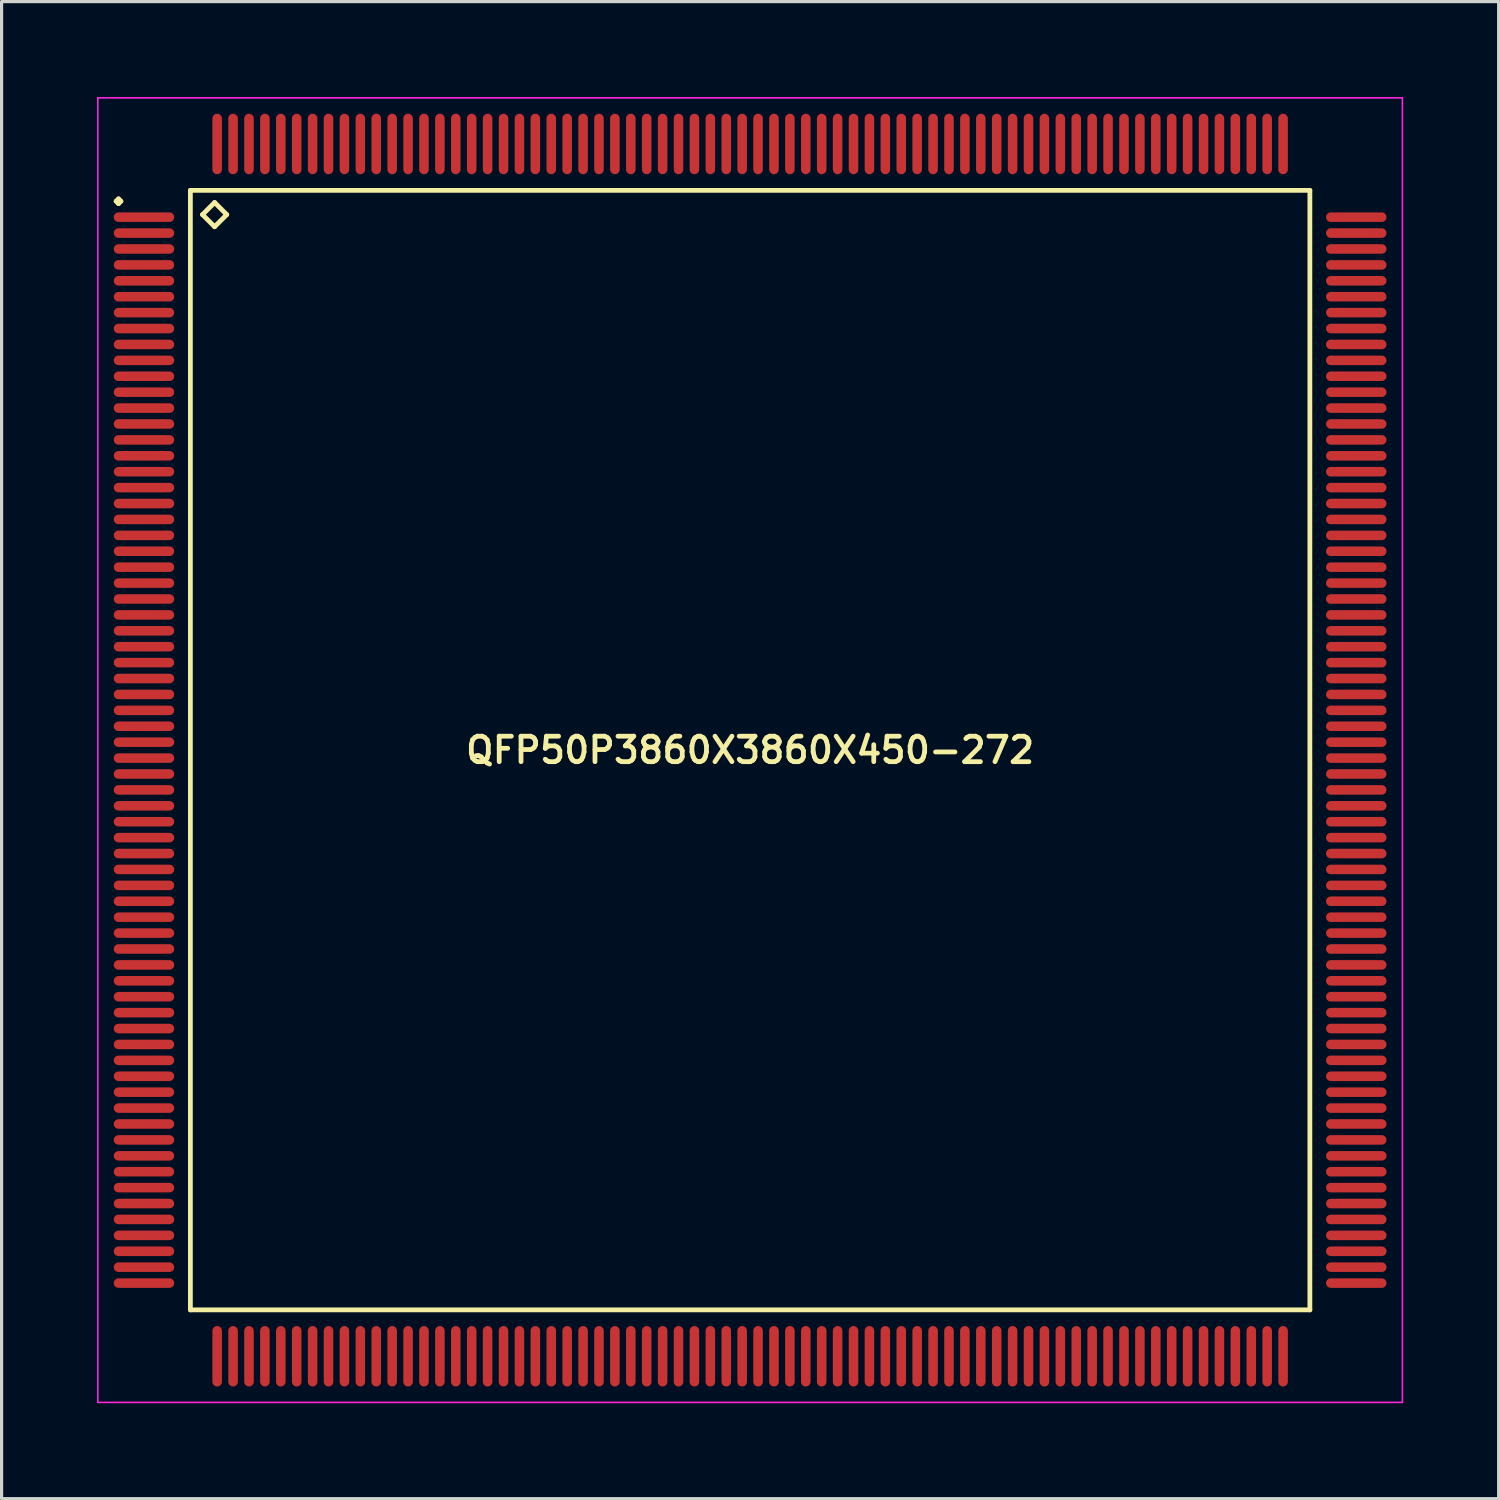
<source format=kicad_pcb>
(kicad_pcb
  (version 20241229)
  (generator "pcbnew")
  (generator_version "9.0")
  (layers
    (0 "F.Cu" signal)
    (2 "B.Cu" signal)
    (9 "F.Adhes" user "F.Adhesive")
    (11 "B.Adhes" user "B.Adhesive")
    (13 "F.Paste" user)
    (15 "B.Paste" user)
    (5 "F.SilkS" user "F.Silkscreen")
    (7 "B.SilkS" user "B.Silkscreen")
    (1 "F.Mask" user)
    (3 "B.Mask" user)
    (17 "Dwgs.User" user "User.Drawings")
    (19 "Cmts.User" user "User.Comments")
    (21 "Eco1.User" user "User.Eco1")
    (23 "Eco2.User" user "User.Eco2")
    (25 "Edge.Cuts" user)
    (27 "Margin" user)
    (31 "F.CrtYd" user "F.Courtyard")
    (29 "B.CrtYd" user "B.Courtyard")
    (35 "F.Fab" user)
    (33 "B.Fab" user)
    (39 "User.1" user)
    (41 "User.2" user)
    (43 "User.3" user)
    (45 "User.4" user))
  (footprint "QFP50P3860X3860X450-272"
    (layer "F.Cu")
    (at 20.525 20.525)
    (property "Reference" "QFP50P3860X3860X450-272" (at 0 0 0) (layer "F.SilkS") (effects (font (size 0.8 0.8) (thickness 0.15))))
    (attr smd)
    (fp_line (start -19.925 -17.25) (end -19.85 -17.325) (stroke (width 0.15) (type solid)) (layer "F.SilkS"))
    (fp_line (start -19.85 -17.325) (end -19.775 -17.25) (stroke (width 0.15) (type solid)) (layer "F.SilkS"))
    (fp_line (start -19.85 -17.175) (end -19.925 -17.25) (stroke (width 0.15) (type solid)) (layer "F.SilkS"))
    (fp_line (start -19.775 -17.25) (end -19.85 -17.175) (stroke (width 0.15) (type solid)) (layer "F.SilkS"))
    (fp_line (start -17.592 -17.592) (end -17.592 17.592) (stroke (width 0.15) (type solid)) (layer "F.SilkS"))
    (fp_line (start -17.592 17.592) (end 17.592 17.592) (stroke (width 0.15) (type solid)) (layer "F.SilkS"))
    (fp_line (start -17.211 -16.83) (end -16.83 -17.211) (stroke (width 0.15) (type solid)) (layer "F.SilkS"))
    (fp_line (start -16.83 -17.211) (end -16.449 -16.83) (stroke (width 0.15) (type solid)) (layer "F.SilkS"))
    (fp_line (start -16.83 -16.449) (end -17.211 -16.83) (stroke (width 0.15) (type solid)) (layer "F.SilkS"))
    (fp_line (start -16.449 -16.83) (end -16.83 -16.449) (stroke (width 0.15) (type solid)) (layer "F.SilkS"))
    (fp_line (start 17.592 -17.592) (end -17.592 -17.592) (stroke (width 0.15) (type solid)) (layer "F.SilkS"))
    (fp_line (start 17.592 17.592) (end 17.592 -17.592) (stroke (width 0.15) (type solid)) (layer "F.SilkS"))
    (fp_line (start -20.5 -20.5) (end 20.5 -20.5) (stroke (width 0.05) (type solid)) (layer "F.CrtYd"))
    (fp_line (start -20.5 20.5) (end -20.5 -20.5) (stroke (width 0.05) (type solid)) (layer "F.CrtYd"))
    (fp_line (start 20.5 -20.5) (end 20.5 20.5) (stroke (width 0.05) (type solid)) (layer "F.CrtYd"))
    (fp_line (start 20.5 20.5) (end -20.5 20.5) (stroke (width 0.05) (type solid)) (layer "F.CrtYd"))
    (pad "1" smd oval (at -19.05 -16.75) (size 1.9 0.3) (layers "F.Cu" "F.Mask" "F.Paste"))
    (pad "2" smd oval (at -19.05 -16.25) (size 1.9 0.3) (layers "F.Cu" "F.Mask" "F.Paste"))
    (pad "3" smd oval (at -19.05 -15.75) (size 1.9 0.3) (layers "F.Cu" "F.Mask" "F.Paste"))
    (pad "4" smd oval (at -19.05 -15.25) (size 1.9 0.3) (layers "F.Cu" "F.Mask" "F.Paste"))
    (pad "5" smd oval (at -19.05 -14.75) (size 1.9 0.3) (layers "F.Cu" "F.Mask" "F.Paste"))
    (pad "6" smd oval (at -19.05 -14.25) (size 1.9 0.3) (layers "F.Cu" "F.Mask" "F.Paste"))
    (pad "7" smd oval (at -19.05 -13.75) (size 1.9 0.3) (layers "F.Cu" "F.Mask" "F.Paste"))
    (pad "8" smd oval (at -19.05 -13.25) (size 1.9 0.3) (layers "F.Cu" "F.Mask" "F.Paste"))
    (pad "9" smd oval (at -19.05 -12.75) (size 1.9 0.3) (layers "F.Cu" "F.Mask" "F.Paste"))
    (pad "10" smd oval (at -19.05 -12.25) (size 1.9 0.3) (layers "F.Cu" "F.Mask" "F.Paste"))
    (pad "11" smd oval (at -19.05 -11.75) (size 1.9 0.3) (layers "F.Cu" "F.Mask" "F.Paste"))
    (pad "12" smd oval (at -19.05 -11.25) (size 1.9 0.3) (layers "F.Cu" "F.Mask" "F.Paste"))
    (pad "13" smd oval (at -19.05 -10.75) (size 1.9 0.3) (layers "F.Cu" "F.Mask" "F.Paste"))
    (pad "14" smd oval (at -19.05 -10.25) (size 1.9 0.3) (layers "F.Cu" "F.Mask" "F.Paste"))
    (pad "15" smd oval (at -19.05 -9.75) (size 1.9 0.3) (layers "F.Cu" "F.Mask" "F.Paste"))
    (pad "16" smd oval (at -19.05 -9.25) (size 1.9 0.3) (layers "F.Cu" "F.Mask" "F.Paste"))
    (pad "17" smd oval (at -19.05 -8.75) (size 1.9 0.3) (layers "F.Cu" "F.Mask" "F.Paste"))
    (pad "18" smd oval (at -19.05 -8.25) (size 1.9 0.3) (layers "F.Cu" "F.Mask" "F.Paste"))
    (pad "19" smd oval (at -19.05 -7.75) (size 1.9 0.3) (layers "F.Cu" "F.Mask" "F.Paste"))
    (pad "20" smd oval (at -19.05 -7.25) (size 1.9 0.3) (layers "F.Cu" "F.Mask" "F.Paste"))
    (pad "21" smd oval (at -19.05 -6.75) (size 1.9 0.3) (layers "F.Cu" "F.Mask" "F.Paste"))
    (pad "22" smd oval (at -19.05 -6.25) (size 1.9 0.3) (layers "F.Cu" "F.Mask" "F.Paste"))
    (pad "23" smd oval (at -19.05 -5.75) (size 1.9 0.3) (layers "F.Cu" "F.Mask" "F.Paste"))
    (pad "24" smd oval (at -19.05 -5.25) (size 1.9 0.3) (layers "F.Cu" "F.Mask" "F.Paste"))
    (pad "25" smd oval (at -19.05 -4.75) (size 1.9 0.3) (layers "F.Cu" "F.Mask" "F.Paste"))
    (pad "26" smd oval (at -19.05 -4.25) (size 1.9 0.3) (layers "F.Cu" "F.Mask" "F.Paste"))
    (pad "27" smd oval (at -19.05 -3.75) (size 1.9 0.3) (layers "F.Cu" "F.Mask" "F.Paste"))
    (pad "28" smd oval (at -19.05 -3.25) (size 1.9 0.3) (layers "F.Cu" "F.Mask" "F.Paste"))
    (pad "29" smd oval (at -19.05 -2.75) (size 1.9 0.3) (layers "F.Cu" "F.Mask" "F.Paste"))
    (pad "30" smd oval (at -19.05 -2.25) (size 1.9 0.3) (layers "F.Cu" "F.Mask" "F.Paste"))
    (pad "31" smd oval (at -19.05 -1.75) (size 1.9 0.3) (layers "F.Cu" "F.Mask" "F.Paste"))
    (pad "32" smd oval (at -19.05 -1.25) (size 1.9 0.3) (layers "F.Cu" "F.Mask" "F.Paste"))
    (pad "33" smd oval (at -19.05 -0.75) (size 1.9 0.3) (layers "F.Cu" "F.Mask" "F.Paste"))
    (pad "34" smd oval (at -19.05 -0.25) (size 1.9 0.3) (layers "F.Cu" "F.Mask" "F.Paste"))
    (pad "35" smd oval (at -19.05 0.25) (size 1.9 0.3) (layers "F.Cu" "F.Mask" "F.Paste"))
    (pad "36" smd oval (at -19.05 0.75) (size 1.9 0.3) (layers "F.Cu" "F.Mask" "F.Paste"))
    (pad "37" smd oval (at -19.05 1.25) (size 1.9 0.3) (layers "F.Cu" "F.Mask" "F.Paste"))
    (pad "38" smd oval (at -19.05 1.75) (size 1.9 0.3) (layers "F.Cu" "F.Mask" "F.Paste"))
    (pad "39" smd oval (at -19.05 2.25) (size 1.9 0.3) (layers "F.Cu" "F.Mask" "F.Paste"))
    (pad "40" smd oval (at -19.05 2.75) (size 1.9 0.3) (layers "F.Cu" "F.Mask" "F.Paste"))
    (pad "41" smd oval (at -19.05 3.25) (size 1.9 0.3) (layers "F.Cu" "F.Mask" "F.Paste"))
    (pad "42" smd oval (at -19.05 3.75) (size 1.9 0.3) (layers "F.Cu" "F.Mask" "F.Paste"))
    (pad "43" smd oval (at -19.05 4.25) (size 1.9 0.3) (layers "F.Cu" "F.Mask" "F.Paste"))
    (pad "44" smd oval (at -19.05 4.75) (size 1.9 0.3) (layers "F.Cu" "F.Mask" "F.Paste"))
    (pad "45" smd oval (at -19.05 5.25) (size 1.9 0.3) (layers "F.Cu" "F.Mask" "F.Paste"))
    (pad "46" smd oval (at -19.05 5.75) (size 1.9 0.3) (layers "F.Cu" "F.Mask" "F.Paste"))
    (pad "47" smd oval (at -19.05 6.25) (size 1.9 0.3) (layers "F.Cu" "F.Mask" "F.Paste"))
    (pad "48" smd oval (at -19.05 6.75) (size 1.9 0.3) (layers "F.Cu" "F.Mask" "F.Paste"))
    (pad "49" smd oval (at -19.05 7.25) (size 1.9 0.3) (layers "F.Cu" "F.Mask" "F.Paste"))
    (pad "50" smd oval (at -19.05 7.75) (size 1.9 0.3) (layers "F.Cu" "F.Mask" "F.Paste"))
    (pad "51" smd oval (at -19.05 8.25) (size 1.9 0.3) (layers "F.Cu" "F.Mask" "F.Paste"))
    (pad "52" smd oval (at -19.05 8.75) (size 1.9 0.3) (layers "F.Cu" "F.Mask" "F.Paste"))
    (pad "53" smd oval (at -19.05 9.25) (size 1.9 0.3) (layers "F.Cu" "F.Mask" "F.Paste"))
    (pad "54" smd oval (at -19.05 9.75) (size 1.9 0.3) (layers "F.Cu" "F.Mask" "F.Paste"))
    (pad "55" smd oval (at -19.05 10.25) (size 1.9 0.3) (layers "F.Cu" "F.Mask" "F.Paste"))
    (pad "56" smd oval (at -19.05 10.75) (size 1.9 0.3) (layers "F.Cu" "F.Mask" "F.Paste"))
    (pad "57" smd oval (at -19.05 11.25) (size 1.9 0.3) (layers "F.Cu" "F.Mask" "F.Paste"))
    (pad "58" smd oval (at -19.05 11.75) (size 1.9 0.3) (layers "F.Cu" "F.Mask" "F.Paste"))
    (pad "59" smd oval (at -19.05 12.25) (size 1.9 0.3) (layers "F.Cu" "F.Mask" "F.Paste"))
    (pad "60" smd oval (at -19.05 12.75) (size 1.9 0.3) (layers "F.Cu" "F.Mask" "F.Paste"))
    (pad "61" smd oval (at -19.05 13.25) (size 1.9 0.3) (layers "F.Cu" "F.Mask" "F.Paste"))
    (pad "62" smd oval (at -19.05 13.75) (size 1.9 0.3) (layers "F.Cu" "F.Mask" "F.Paste"))
    (pad "63" smd oval (at -19.05 14.25) (size 1.9 0.3) (layers "F.Cu" "F.Mask" "F.Paste"))
    (pad "64" smd oval (at -19.05 14.75) (size 1.9 0.3) (layers "F.Cu" "F.Mask" "F.Paste"))
    (pad "65" smd oval (at -19.05 15.25) (size 1.9 0.3) (layers "F.Cu" "F.Mask" "F.Paste"))
    (pad "66" smd oval (at -19.05 15.75) (size 1.9 0.3) (layers "F.Cu" "F.Mask" "F.Paste"))
    (pad "67" smd oval (at -19.05 16.25) (size 1.9 0.3) (layers "F.Cu" "F.Mask" "F.Paste"))
    (pad "68" smd oval (at -19.05 16.75) (size 1.9 0.3) (layers "F.Cu" "F.Mask" "F.Paste"))
    (pad "69" smd oval (at -16.75 19.05) (size 0.3 1.9) (layers "F.Cu" "F.Mask" "F.Paste"))
    (pad "70" smd oval (at -16.25 19.05) (size 0.3 1.9) (layers "F.Cu" "F.Mask" "F.Paste"))
    (pad "71" smd oval (at -15.75 19.05) (size 0.3 1.9) (layers "F.Cu" "F.Mask" "F.Paste"))
    (pad "72" smd oval (at -15.25 19.05) (size 0.3 1.9) (layers "F.Cu" "F.Mask" "F.Paste"))
    (pad "73" smd oval (at -14.75 19.05) (size 0.3 1.9) (layers "F.Cu" "F.Mask" "F.Paste"))
    (pad "74" smd oval (at -14.25 19.05) (size 0.3 1.9) (layers "F.Cu" "F.Mask" "F.Paste"))
    (pad "75" smd oval (at -13.75 19.05) (size 0.3 1.9) (layers "F.Cu" "F.Mask" "F.Paste"))
    (pad "76" smd oval (at -13.25 19.05) (size 0.3 1.9) (layers "F.Cu" "F.Mask" "F.Paste"))
    (pad "77" smd oval (at -12.75 19.05) (size 0.3 1.9) (layers "F.Cu" "F.Mask" "F.Paste"))
    (pad "78" smd oval (at -12.25 19.05) (size 0.3 1.9) (layers "F.Cu" "F.Mask" "F.Paste"))
    (pad "79" smd oval (at -11.75 19.05) (size 0.3 1.9) (layers "F.Cu" "F.Mask" "F.Paste"))
    (pad "80" smd oval (at -11.25 19.05) (size 0.3 1.9) (layers "F.Cu" "F.Mask" "F.Paste"))
    (pad "81" smd oval (at -10.75 19.05) (size 0.3 1.9) (layers "F.Cu" "F.Mask" "F.Paste"))
    (pad "82" smd oval (at -10.25 19.05) (size 0.3 1.9) (layers "F.Cu" "F.Mask" "F.Paste"))
    (pad "83" smd oval (at -9.75 19.05) (size 0.3 1.9) (layers "F.Cu" "F.Mask" "F.Paste"))
    (pad "84" smd oval (at -9.25 19.05) (size 0.3 1.9) (layers "F.Cu" "F.Mask" "F.Paste"))
    (pad "85" smd oval (at -8.75 19.05) (size 0.3 1.9) (layers "F.Cu" "F.Mask" "F.Paste"))
    (pad "86" smd oval (at -8.25 19.05) (size 0.3 1.9) (layers "F.Cu" "F.Mask" "F.Paste"))
    (pad "87" smd oval (at -7.75 19.05) (size 0.3 1.9) (layers "F.Cu" "F.Mask" "F.Paste"))
    (pad "88" smd oval (at -7.25 19.05) (size 0.3 1.9) (layers "F.Cu" "F.Mask" "F.Paste"))
    (pad "89" smd oval (at -6.75 19.05) (size 0.3 1.9) (layers "F.Cu" "F.Mask" "F.Paste"))
    (pad "90" smd oval (at -6.25 19.05) (size 0.3 1.9) (layers "F.Cu" "F.Mask" "F.Paste"))
    (pad "91" smd oval (at -5.75 19.05) (size 0.3 1.9) (layers "F.Cu" "F.Mask" "F.Paste"))
    (pad "92" smd oval (at -5.25 19.05) (size 0.3 1.9) (layers "F.Cu" "F.Mask" "F.Paste"))
    (pad "93" smd oval (at -4.75 19.05) (size 0.3 1.9) (layers "F.Cu" "F.Mask" "F.Paste"))
    (pad "94" smd oval (at -4.25 19.05) (size 0.3 1.9) (layers "F.Cu" "F.Mask" "F.Paste"))
    (pad "95" smd oval (at -3.75 19.05) (size 0.3 1.9) (layers "F.Cu" "F.Mask" "F.Paste"))
    (pad "96" smd oval (at -3.25 19.05) (size 0.3 1.9) (layers "F.Cu" "F.Mask" "F.Paste"))
    (pad "97" smd oval (at -2.75 19.05) (size 0.3 1.9) (layers "F.Cu" "F.Mask" "F.Paste"))
    (pad "98" smd oval (at -2.25 19.05) (size 0.3 1.9) (layers "F.Cu" "F.Mask" "F.Paste"))
    (pad "99" smd oval (at -1.75 19.05) (size 0.3 1.9) (layers "F.Cu" "F.Mask" "F.Paste"))
    (pad "100" smd oval (at -1.25 19.05) (size 0.3 1.9) (layers "F.Cu" "F.Mask" "F.Paste"))
    (pad "101" smd oval (at -0.75 19.05) (size 0.3 1.9) (layers "F.Cu" "F.Mask" "F.Paste"))
    (pad "102" smd oval (at -0.25 19.05) (size 0.3 1.9) (layers "F.Cu" "F.Mask" "F.Paste"))
    (pad "103" smd oval (at 0.25 19.05) (size 0.3 1.9) (layers "F.Cu" "F.Mask" "F.Paste"))
    (pad "104" smd oval (at 0.75 19.05) (size 0.3 1.9) (layers "F.Cu" "F.Mask" "F.Paste"))
    (pad "105" smd oval (at 1.25 19.05) (size 0.3 1.9) (layers "F.Cu" "F.Mask" "F.Paste"))
    (pad "106" smd oval (at 1.75 19.05) (size 0.3 1.9) (layers "F.Cu" "F.Mask" "F.Paste"))
    (pad "107" smd oval (at 2.25 19.05) (size 0.3 1.9) (layers "F.Cu" "F.Mask" "F.Paste"))
    (pad "108" smd oval (at 2.75 19.05) (size 0.3 1.9) (layers "F.Cu" "F.Mask" "F.Paste"))
    (pad "109" smd oval (at 3.25 19.05) (size 0.3 1.9) (layers "F.Cu" "F.Mask" "F.Paste"))
    (pad "110" smd oval (at 3.75 19.05) (size 0.3 1.9) (layers "F.Cu" "F.Mask" "F.Paste"))
    (pad "111" smd oval (at 4.25 19.05) (size 0.3 1.9) (layers "F.Cu" "F.Mask" "F.Paste"))
    (pad "112" smd oval (at 4.75 19.05) (size 0.3 1.9) (layers "F.Cu" "F.Mask" "F.Paste"))
    (pad "113" smd oval (at 5.25 19.05) (size 0.3 1.9) (layers "F.Cu" "F.Mask" "F.Paste"))
    (pad "114" smd oval (at 5.75 19.05) (size 0.3 1.9) (layers "F.Cu" "F.Mask" "F.Paste"))
    (pad "115" smd oval (at 6.25 19.05) (size 0.3 1.9) (layers "F.Cu" "F.Mask" "F.Paste"))
    (pad "116" smd oval (at 6.75 19.05) (size 0.3 1.9) (layers "F.Cu" "F.Mask" "F.Paste"))
    (pad "117" smd oval (at 7.25 19.05) (size 0.3 1.9) (layers "F.Cu" "F.Mask" "F.Paste"))
    (pad "118" smd oval (at 7.75 19.05) (size 0.3 1.9) (layers "F.Cu" "F.Mask" "F.Paste"))
    (pad "119" smd oval (at 8.25 19.05) (size 0.3 1.9) (layers "F.Cu" "F.Mask" "F.Paste"))
    (pad "120" smd oval (at 8.75 19.05) (size 0.3 1.9) (layers "F.Cu" "F.Mask" "F.Paste"))
    (pad "121" smd oval (at 9.25 19.05) (size 0.3 1.9) (layers "F.Cu" "F.Mask" "F.Paste"))
    (pad "122" smd oval (at 9.75 19.05) (size 0.3 1.9) (layers "F.Cu" "F.Mask" "F.Paste"))
    (pad "123" smd oval (at 10.25 19.05) (size 0.3 1.9) (layers "F.Cu" "F.Mask" "F.Paste"))
    (pad "124" smd oval (at 10.75 19.05) (size 0.3 1.9) (layers "F.Cu" "F.Mask" "F.Paste"))
    (pad "125" smd oval (at 11.25 19.05) (size 0.3 1.9) (layers "F.Cu" "F.Mask" "F.Paste"))
    (pad "126" smd oval (at 11.75 19.05) (size 0.3 1.9) (layers "F.Cu" "F.Mask" "F.Paste"))
    (pad "127" smd oval (at 12.25 19.05) (size 0.3 1.9) (layers "F.Cu" "F.Mask" "F.Paste"))
    (pad "128" smd oval (at 12.75 19.05) (size 0.3 1.9) (layers "F.Cu" "F.Mask" "F.Paste"))
    (pad "129" smd oval (at 13.25 19.05) (size 0.3 1.9) (layers "F.Cu" "F.Mask" "F.Paste"))
    (pad "130" smd oval (at 13.75 19.05) (size 0.3 1.9) (layers "F.Cu" "F.Mask" "F.Paste"))
    (pad "131" smd oval (at 14.25 19.05) (size 0.3 1.9) (layers "F.Cu" "F.Mask" "F.Paste"))
    (pad "132" smd oval (at 14.75 19.05) (size 0.3 1.9) (layers "F.Cu" "F.Mask" "F.Paste"))
    (pad "133" smd oval (at 15.25 19.05) (size 0.3 1.9) (layers "F.Cu" "F.Mask" "F.Paste"))
    (pad "134" smd oval (at 15.75 19.05) (size 0.3 1.9) (layers "F.Cu" "F.Mask" "F.Paste"))
    (pad "135" smd oval (at 16.25 19.05) (size 0.3 1.9) (layers "F.Cu" "F.Mask" "F.Paste"))
    (pad "136" smd oval (at 16.75 19.05) (size 0.3 1.9) (layers "F.Cu" "F.Mask" "F.Paste"))
    (pad "137" smd oval (at 19.05 16.75) (size 1.9 0.3) (layers "F.Cu" "F.Mask" "F.Paste"))
    (pad "138" smd oval (at 19.05 16.25) (size 1.9 0.3) (layers "F.Cu" "F.Mask" "F.Paste"))
    (pad "139" smd oval (at 19.05 15.75) (size 1.9 0.3) (layers "F.Cu" "F.Mask" "F.Paste"))
    (pad "140" smd oval (at 19.05 15.25) (size 1.9 0.3) (layers "F.Cu" "F.Mask" "F.Paste"))
    (pad "141" smd oval (at 19.05 14.75) (size 1.9 0.3) (layers "F.Cu" "F.Mask" "F.Paste"))
    (pad "142" smd oval (at 19.05 14.25) (size 1.9 0.3) (layers "F.Cu" "F.Mask" "F.Paste"))
    (pad "143" smd oval (at 19.05 13.75) (size 1.9 0.3) (layers "F.Cu" "F.Mask" "F.Paste"))
    (pad "144" smd oval (at 19.05 13.25) (size 1.9 0.3) (layers "F.Cu" "F.Mask" "F.Paste"))
    (pad "145" smd oval (at 19.05 12.75) (size 1.9 0.3) (layers "F.Cu" "F.Mask" "F.Paste"))
    (pad "146" smd oval (at 19.05 12.25) (size 1.9 0.3) (layers "F.Cu" "F.Mask" "F.Paste"))
    (pad "147" smd oval (at 19.05 11.75) (size 1.9 0.3) (layers "F.Cu" "F.Mask" "F.Paste"))
    (pad "148" smd oval (at 19.05 11.25) (size 1.9 0.3) (layers "F.Cu" "F.Mask" "F.Paste"))
    (pad "149" smd oval (at 19.05 10.75) (size 1.9 0.3) (layers "F.Cu" "F.Mask" "F.Paste"))
    (pad "150" smd oval (at 19.05 10.25) (size 1.9 0.3) (layers "F.Cu" "F.Mask" "F.Paste"))
    (pad "151" smd oval (at 19.05 9.75) (size 1.9 0.3) (layers "F.Cu" "F.Mask" "F.Paste"))
    (pad "152" smd oval (at 19.05 9.25) (size 1.9 0.3) (layers "F.Cu" "F.Mask" "F.Paste"))
    (pad "153" smd oval (at 19.05 8.75) (size 1.9 0.3) (layers "F.Cu" "F.Mask" "F.Paste"))
    (pad "154" smd oval (at 19.05 8.25) (size 1.9 0.3) (layers "F.Cu" "F.Mask" "F.Paste"))
    (pad "155" smd oval (at 19.05 7.75) (size 1.9 0.3) (layers "F.Cu" "F.Mask" "F.Paste"))
    (pad "156" smd oval (at 19.05 7.25) (size 1.9 0.3) (layers "F.Cu" "F.Mask" "F.Paste"))
    (pad "157" smd oval (at 19.05 6.75) (size 1.9 0.3) (layers "F.Cu" "F.Mask" "F.Paste"))
    (pad "158" smd oval (at 19.05 6.25) (size 1.9 0.3) (layers "F.Cu" "F.Mask" "F.Paste"))
    (pad "159" smd oval (at 19.05 5.75) (size 1.9 0.3) (layers "F.Cu" "F.Mask" "F.Paste"))
    (pad "160" smd oval (at 19.05 5.25) (size 1.9 0.3) (layers "F.Cu" "F.Mask" "F.Paste"))
    (pad "161" smd oval (at 19.05 4.75) (size 1.9 0.3) (layers "F.Cu" "F.Mask" "F.Paste"))
    (pad "162" smd oval (at 19.05 4.25) (size 1.9 0.3) (layers "F.Cu" "F.Mask" "F.Paste"))
    (pad "163" smd oval (at 19.05 3.75) (size 1.9 0.3) (layers "F.Cu" "F.Mask" "F.Paste"))
    (pad "164" smd oval (at 19.05 3.25) (size 1.9 0.3) (layers "F.Cu" "F.Mask" "F.Paste"))
    (pad "165" smd oval (at 19.05 2.75) (size 1.9 0.3) (layers "F.Cu" "F.Mask" "F.Paste"))
    (pad "166" smd oval (at 19.05 2.25) (size 1.9 0.3) (layers "F.Cu" "F.Mask" "F.Paste"))
    (pad "167" smd oval (at 19.05 1.75) (size 1.9 0.3) (layers "F.Cu" "F.Mask" "F.Paste"))
    (pad "168" smd oval (at 19.05 1.25) (size 1.9 0.3) (layers "F.Cu" "F.Mask" "F.Paste"))
    (pad "169" smd oval (at 19.05 0.75) (size 1.9 0.3) (layers "F.Cu" "F.Mask" "F.Paste"))
    (pad "170" smd oval (at 19.05 0.25) (size 1.9 0.3) (layers "F.Cu" "F.Mask" "F.Paste"))
    (pad "171" smd oval (at 19.05 -0.25) (size 1.9 0.3) (layers "F.Cu" "F.Mask" "F.Paste"))
    (pad "172" smd oval (at 19.05 -0.75) (size 1.9 0.3) (layers "F.Cu" "F.Mask" "F.Paste"))
    (pad "173" smd oval (at 19.05 -1.25) (size 1.9 0.3) (layers "F.Cu" "F.Mask" "F.Paste"))
    (pad "174" smd oval (at 19.05 -1.75) (size 1.9 0.3) (layers "F.Cu" "F.Mask" "F.Paste"))
    (pad "175" smd oval (at 19.05 -2.25) (size 1.9 0.3) (layers "F.Cu" "F.Mask" "F.Paste"))
    (pad "176" smd oval (at 19.05 -2.75) (size 1.9 0.3) (layers "F.Cu" "F.Mask" "F.Paste"))
    (pad "177" smd oval (at 19.05 -3.25) (size 1.9 0.3) (layers "F.Cu" "F.Mask" "F.Paste"))
    (pad "178" smd oval (at 19.05 -3.75) (size 1.9 0.3) (layers "F.Cu" "F.Mask" "F.Paste"))
    (pad "179" smd oval (at 19.05 -4.25) (size 1.9 0.3) (layers "F.Cu" "F.Mask" "F.Paste"))
    (pad "180" smd oval (at 19.05 -4.75) (size 1.9 0.3) (layers "F.Cu" "F.Mask" "F.Paste"))
    (pad "181" smd oval (at 19.05 -5.25) (size 1.9 0.3) (layers "F.Cu" "F.Mask" "F.Paste"))
    (pad "182" smd oval (at 19.05 -5.75) (size 1.9 0.3) (layers "F.Cu" "F.Mask" "F.Paste"))
    (pad "183" smd oval (at 19.05 -6.25) (size 1.9 0.3) (layers "F.Cu" "F.Mask" "F.Paste"))
    (pad "184" smd oval (at 19.05 -6.75) (size 1.9 0.3) (layers "F.Cu" "F.Mask" "F.Paste"))
    (pad "185" smd oval (at 19.05 -7.25) (size 1.9 0.3) (layers "F.Cu" "F.Mask" "F.Paste"))
    (pad "186" smd oval (at 19.05 -7.75) (size 1.9 0.3) (layers "F.Cu" "F.Mask" "F.Paste"))
    (pad "187" smd oval (at 19.05 -8.25) (size 1.9 0.3) (layers "F.Cu" "F.Mask" "F.Paste"))
    (pad "188" smd oval (at 19.05 -8.75) (size 1.9 0.3) (layers "F.Cu" "F.Mask" "F.Paste"))
    (pad "189" smd oval (at 19.05 -9.25) (size 1.9 0.3) (layers "F.Cu" "F.Mask" "F.Paste"))
    (pad "190" smd oval (at 19.05 -9.75) (size 1.9 0.3) (layers "F.Cu" "F.Mask" "F.Paste"))
    (pad "191" smd oval (at 19.05 -10.25) (size 1.9 0.3) (layers "F.Cu" "F.Mask" "F.Paste"))
    (pad "192" smd oval (at 19.05 -10.75) (size 1.9 0.3) (layers "F.Cu" "F.Mask" "F.Paste"))
    (pad "193" smd oval (at 19.05 -11.25) (size 1.9 0.3) (layers "F.Cu" "F.Mask" "F.Paste"))
    (pad "194" smd oval (at 19.05 -11.75) (size 1.9 0.3) (layers "F.Cu" "F.Mask" "F.Paste"))
    (pad "195" smd oval (at 19.05 -12.25) (size 1.9 0.3) (layers "F.Cu" "F.Mask" "F.Paste"))
    (pad "196" smd oval (at 19.05 -12.75) (size 1.9 0.3) (layers "F.Cu" "F.Mask" "F.Paste"))
    (pad "197" smd oval (at 19.05 -13.25) (size 1.9 0.3) (layers "F.Cu" "F.Mask" "F.Paste"))
    (pad "198" smd oval (at 19.05 -13.75) (size 1.9 0.3) (layers "F.Cu" "F.Mask" "F.Paste"))
    (pad "199" smd oval (at 19.05 -14.25) (size 1.9 0.3) (layers "F.Cu" "F.Mask" "F.Paste"))
    (pad "200" smd oval (at 19.05 -14.75) (size 1.9 0.3) (layers "F.Cu" "F.Mask" "F.Paste"))
    (pad "201" smd oval (at 19.05 -15.25) (size 1.9 0.3) (layers "F.Cu" "F.Mask" "F.Paste"))
    (pad "202" smd oval (at 19.05 -15.75) (size 1.9 0.3) (layers "F.Cu" "F.Mask" "F.Paste"))
    (pad "203" smd oval (at 19.05 -16.25) (size 1.9 0.3) (layers "F.Cu" "F.Mask" "F.Paste"))
    (pad "204" smd oval (at 19.05 -16.75) (size 1.9 0.3) (layers "F.Cu" "F.Mask" "F.Paste"))
    (pad "205" smd oval (at 16.75 -19.05) (size 0.3 1.9) (layers "F.Cu" "F.Mask" "F.Paste"))
    (pad "206" smd oval (at 16.25 -19.05) (size 0.3 1.9) (layers "F.Cu" "F.Mask" "F.Paste"))
    (pad "207" smd oval (at 15.75 -19.05) (size 0.3 1.9) (layers "F.Cu" "F.Mask" "F.Paste"))
    (pad "208" smd oval (at 15.25 -19.05) (size 0.3 1.9) (layers "F.Cu" "F.Mask" "F.Paste"))
    (pad "209" smd oval (at 14.75 -19.05) (size 0.3 1.9) (layers "F.Cu" "F.Mask" "F.Paste"))
    (pad "210" smd oval (at 14.25 -19.05) (size 0.3 1.9) (layers "F.Cu" "F.Mask" "F.Paste"))
    (pad "211" smd oval (at 13.75 -19.05) (size 0.3 1.9) (layers "F.Cu" "F.Mask" "F.Paste"))
    (pad "212" smd oval (at 13.25 -19.05) (size 0.3 1.9) (layers "F.Cu" "F.Mask" "F.Paste"))
    (pad "213" smd oval (at 12.75 -19.05) (size 0.3 1.9) (layers "F.Cu" "F.Mask" "F.Paste"))
    (pad "214" smd oval (at 12.25 -19.05) (size 0.3 1.9) (layers "F.Cu" "F.Mask" "F.Paste"))
    (pad "215" smd oval (at 11.75 -19.05) (size 0.3 1.9) (layers "F.Cu" "F.Mask" "F.Paste"))
    (pad "216" smd oval (at 11.25 -19.05) (size 0.3 1.9) (layers "F.Cu" "F.Mask" "F.Paste"))
    (pad "217" smd oval (at 10.75 -19.05) (size 0.3 1.9) (layers "F.Cu" "F.Mask" "F.Paste"))
    (pad "218" smd oval (at 10.25 -19.05) (size 0.3 1.9) (layers "F.Cu" "F.Mask" "F.Paste"))
    (pad "219" smd oval (at 9.75 -19.05) (size 0.3 1.9) (layers "F.Cu" "F.Mask" "F.Paste"))
    (pad "220" smd oval (at 9.25 -19.05) (size 0.3 1.9) (layers "F.Cu" "F.Mask" "F.Paste"))
    (pad "221" smd oval (at 8.75 -19.05) (size 0.3 1.9) (layers "F.Cu" "F.Mask" "F.Paste"))
    (pad "222" smd oval (at 8.25 -19.05) (size 0.3 1.9) (layers "F.Cu" "F.Mask" "F.Paste"))
    (pad "223" smd oval (at 7.75 -19.05) (size 0.3 1.9) (layers "F.Cu" "F.Mask" "F.Paste"))
    (pad "224" smd oval (at 7.25 -19.05) (size 0.3 1.9) (layers "F.Cu" "F.Mask" "F.Paste"))
    (pad "225" smd oval (at 6.75 -19.05) (size 0.3 1.9) (layers "F.Cu" "F.Mask" "F.Paste"))
    (pad "226" smd oval (at 6.25 -19.05) (size 0.3 1.9) (layers "F.Cu" "F.Mask" "F.Paste"))
    (pad "227" smd oval (at 5.75 -19.05) (size 0.3 1.9) (layers "F.Cu" "F.Mask" "F.Paste"))
    (pad "228" smd oval (at 5.25 -19.05) (size 0.3 1.9) (layers "F.Cu" "F.Mask" "F.Paste"))
    (pad "229" smd oval (at 4.75 -19.05) (size 0.3 1.9) (layers "F.Cu" "F.Mask" "F.Paste"))
    (pad "230" smd oval (at 4.25 -19.05) (size 0.3 1.9) (layers "F.Cu" "F.Mask" "F.Paste"))
    (pad "231" smd oval (at 3.75 -19.05) (size 0.3 1.9) (layers "F.Cu" "F.Mask" "F.Paste"))
    (pad "232" smd oval (at 3.25 -19.05) (size 0.3 1.9) (layers "F.Cu" "F.Mask" "F.Paste"))
    (pad "233" smd oval (at 2.75 -19.05) (size 0.3 1.9) (layers "F.Cu" "F.Mask" "F.Paste"))
    (pad "234" smd oval (at 2.25 -19.05) (size 0.3 1.9) (layers "F.Cu" "F.Mask" "F.Paste"))
    (pad "235" smd oval (at 1.75 -19.05) (size 0.3 1.9) (layers "F.Cu" "F.Mask" "F.Paste"))
    (pad "236" smd oval (at 1.25 -19.05) (size 0.3 1.9) (layers "F.Cu" "F.Mask" "F.Paste"))
    (pad "237" smd oval (at 0.75 -19.05) (size 0.3 1.9) (layers "F.Cu" "F.Mask" "F.Paste"))
    (pad "238" smd oval (at 0.25 -19.05) (size 0.3 1.9) (layers "F.Cu" "F.Mask" "F.Paste"))
    (pad "239" smd oval (at -0.25 -19.05) (size 0.3 1.9) (layers "F.Cu" "F.Mask" "F.Paste"))
    (pad "240" smd oval (at -0.75 -19.05) (size 0.3 1.9) (layers "F.Cu" "F.Mask" "F.Paste"))
    (pad "241" smd oval (at -1.25 -19.05) (size 0.3 1.9) (layers "F.Cu" "F.Mask" "F.Paste"))
    (pad "242" smd oval (at -1.75 -19.05) (size 0.3 1.9) (layers "F.Cu" "F.Mask" "F.Paste"))
    (pad "243" smd oval (at -2.25 -19.05) (size 0.3 1.9) (layers "F.Cu" "F.Mask" "F.Paste"))
    (pad "244" smd oval (at -2.75 -19.05) (size 0.3 1.9) (layers "F.Cu" "F.Mask" "F.Paste"))
    (pad "245" smd oval (at -3.25 -19.05) (size 0.3 1.9) (layers "F.Cu" "F.Mask" "F.Paste"))
    (pad "246" smd oval (at -3.75 -19.05) (size 0.3 1.9) (layers "F.Cu" "F.Mask" "F.Paste"))
    (pad "247" smd oval (at -4.25 -19.05) (size 0.3 1.9) (layers "F.Cu" "F.Mask" "F.Paste"))
    (pad "248" smd oval (at -4.75 -19.05) (size 0.3 1.9) (layers "F.Cu" "F.Mask" "F.Paste"))
    (pad "249" smd oval (at -5.25 -19.05) (size 0.3 1.9) (layers "F.Cu" "F.Mask" "F.Paste"))
    (pad "250" smd oval (at -5.75 -19.05) (size 0.3 1.9) (layers "F.Cu" "F.Mask" "F.Paste"))
    (pad "251" smd oval (at -6.25 -19.05) (size 0.3 1.9) (layers "F.Cu" "F.Mask" "F.Paste"))
    (pad "252" smd oval (at -6.75 -19.05) (size 0.3 1.9) (layers "F.Cu" "F.Mask" "F.Paste"))
    (pad "253" smd oval (at -7.25 -19.05) (size 0.3 1.9) (layers "F.Cu" "F.Mask" "F.Paste"))
    (pad "254" smd oval (at -7.75 -19.05) (size 0.3 1.9) (layers "F.Cu" "F.Mask" "F.Paste"))
    (pad "255" smd oval (at -8.25 -19.05) (size 0.3 1.9) (layers "F.Cu" "F.Mask" "F.Paste"))
    (pad "256" smd oval (at -8.75 -19.05) (size 0.3 1.9) (layers "F.Cu" "F.Mask" "F.Paste"))
    (pad "257" smd oval (at -9.25 -19.05) (size 0.3 1.9) (layers "F.Cu" "F.Mask" "F.Paste"))
    (pad "258" smd oval (at -9.75 -19.05) (size 0.3 1.9) (layers "F.Cu" "F.Mask" "F.Paste"))
    (pad "259" smd oval (at -10.25 -19.05) (size 0.3 1.9) (layers "F.Cu" "F.Mask" "F.Paste"))
    (pad "260" smd oval (at -10.75 -19.05) (size 0.3 1.9) (layers "F.Cu" "F.Mask" "F.Paste"))
    (pad "261" smd oval (at -11.25 -19.05) (size 0.3 1.9) (layers "F.Cu" "F.Mask" "F.Paste"))
    (pad "262" smd oval (at -11.75 -19.05) (size 0.3 1.9) (layers "F.Cu" "F.Mask" "F.Paste"))
    (pad "263" smd oval (at -12.25 -19.05) (size 0.3 1.9) (layers "F.Cu" "F.Mask" "F.Paste"))
    (pad "264" smd oval (at -12.75 -19.05) (size 0.3 1.9) (layers "F.Cu" "F.Mask" "F.Paste"))
    (pad "265" smd oval (at -13.25 -19.05) (size 0.3 1.9) (layers "F.Cu" "F.Mask" "F.Paste"))
    (pad "266" smd oval (at -13.75 -19.05) (size 0.3 1.9) (layers "F.Cu" "F.Mask" "F.Paste"))
    (pad "267" smd oval (at -14.25 -19.05) (size 0.3 1.9) (layers "F.Cu" "F.Mask" "F.Paste"))
    (pad "268" smd oval (at -14.75 -19.05) (size 0.3 1.9) (layers "F.Cu" "F.Mask" "F.Paste"))
    (pad "269" smd oval (at -15.25 -19.05) (size 0.3 1.9) (layers "F.Cu" "F.Mask" "F.Paste"))
    (pad "270" smd oval (at -15.75 -19.05) (size 0.3 1.9) (layers "F.Cu" "F.Mask" "F.Paste"))
    (pad "271" smd oval (at -16.25 -19.05) (size 0.3 1.9) (layers "F.Cu" "F.Mask" "F.Paste"))
    (pad "272" smd oval (at -16.75 -19.05) (size 0.3 1.9) (layers "F.Cu" "F.Mask" "F.Paste")))
  (gr_rect
    (start -3 -3)
    (end 44.05 44.05)
    (stroke (width 0.1) (type default))
    (fill no)
    (layer "Edge.Cuts")))
</source>
